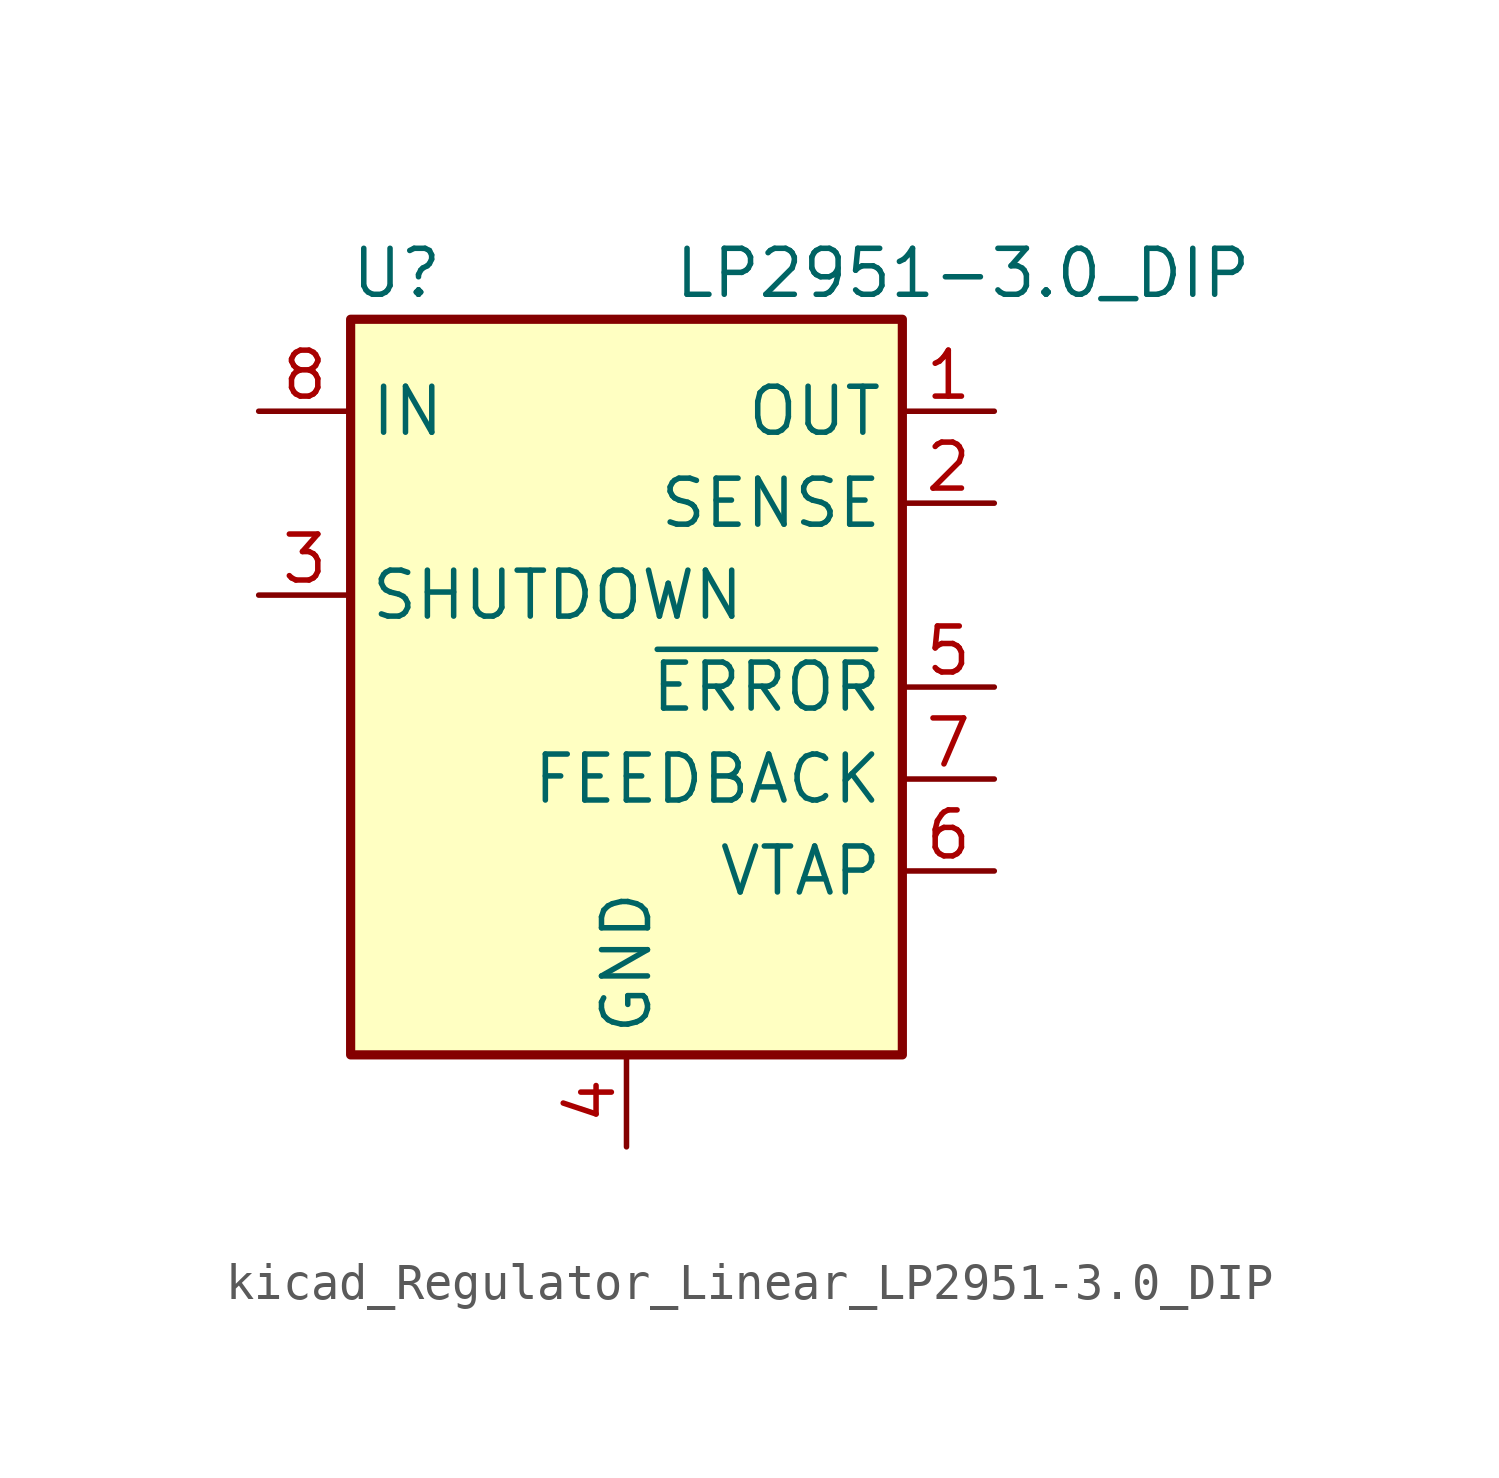
<source format=kicad_sym>
(kicad_symbol_lib
  (version 20220914)
  (generator kicad_symbol_editor)
  (symbol "kicad_Regulator_Linear_LP2951-3.0_DIP"
    (property "Reference" "U"
      (at -6.35 11.43 0)
      (effects (font (size 1.27 1.27))))
    (property "Value" "LP2951-3.0_DIP"
      (at 1.27 11.43 0)
      (effects (font (size 1.27 1.27)) (justify left)))
    (symbol "kicad_Regulator_Linear_LP2951-3.0_DIP_0_1"
      (rectangle (start -7.62 10.16) (end 7.62 -10.16) (stroke (width 0.254) (type default)) (fill (type background))))
    (symbol "kicad_Regulator_Linear_LP2951-3.0_DIP_1_1"
      (pin power_out line (at 10.16 7.62 180) (length 2.54) (name "OUT" (effects (font (size 1.27 1.27)))) (number "1" (effects (font (size 1.27 1.27)))))
      (pin passive line (at 10.16 5.08 180) (length 2.54) (name "SENSE" (effects (font (size 1.27 1.27)))) (number "2" (effects (font (size 1.27 1.27)))))
      (pin input line (at -10.16 2.54 0) (length 2.54) (name "SHUTDOWN" (effects (font (size 1.27 1.27)))) (number "3" (effects (font (size 1.27 1.27)))))
      (pin power_in line (at 0 -12.7 90) (length 2.54) (name "GND" (effects (font (size 1.27 1.27)))) (number "4" (effects (font (size 1.27 1.27)))))
      (pin open_collector line (at 10.16 0 180) (length 2.54) (name "~{ERROR}" (effects (font (size 1.27 1.27)))) (number "5" (effects (font (size 1.27 1.27)))))
      (pin input line (at 10.16 -5.08 180) (length 2.54) (name "VTAP" (effects (font (size 1.27 1.27)))) (number "6" (effects (font (size 1.27 1.27)))))
      (pin input line (at 10.16 -2.54 180) (length 2.54) (name "FEEDBACK" (effects (font (size 1.27 1.27)))) (number "7" (effects (font (size 1.27 1.27)))))
      (pin power_in line (at -10.16 7.62 0) (length 2.54) (name "IN" (effects (font (size 1.27 1.27)))) (number "8" (effects (font (size 1.27 1.27))))))))
</source>
